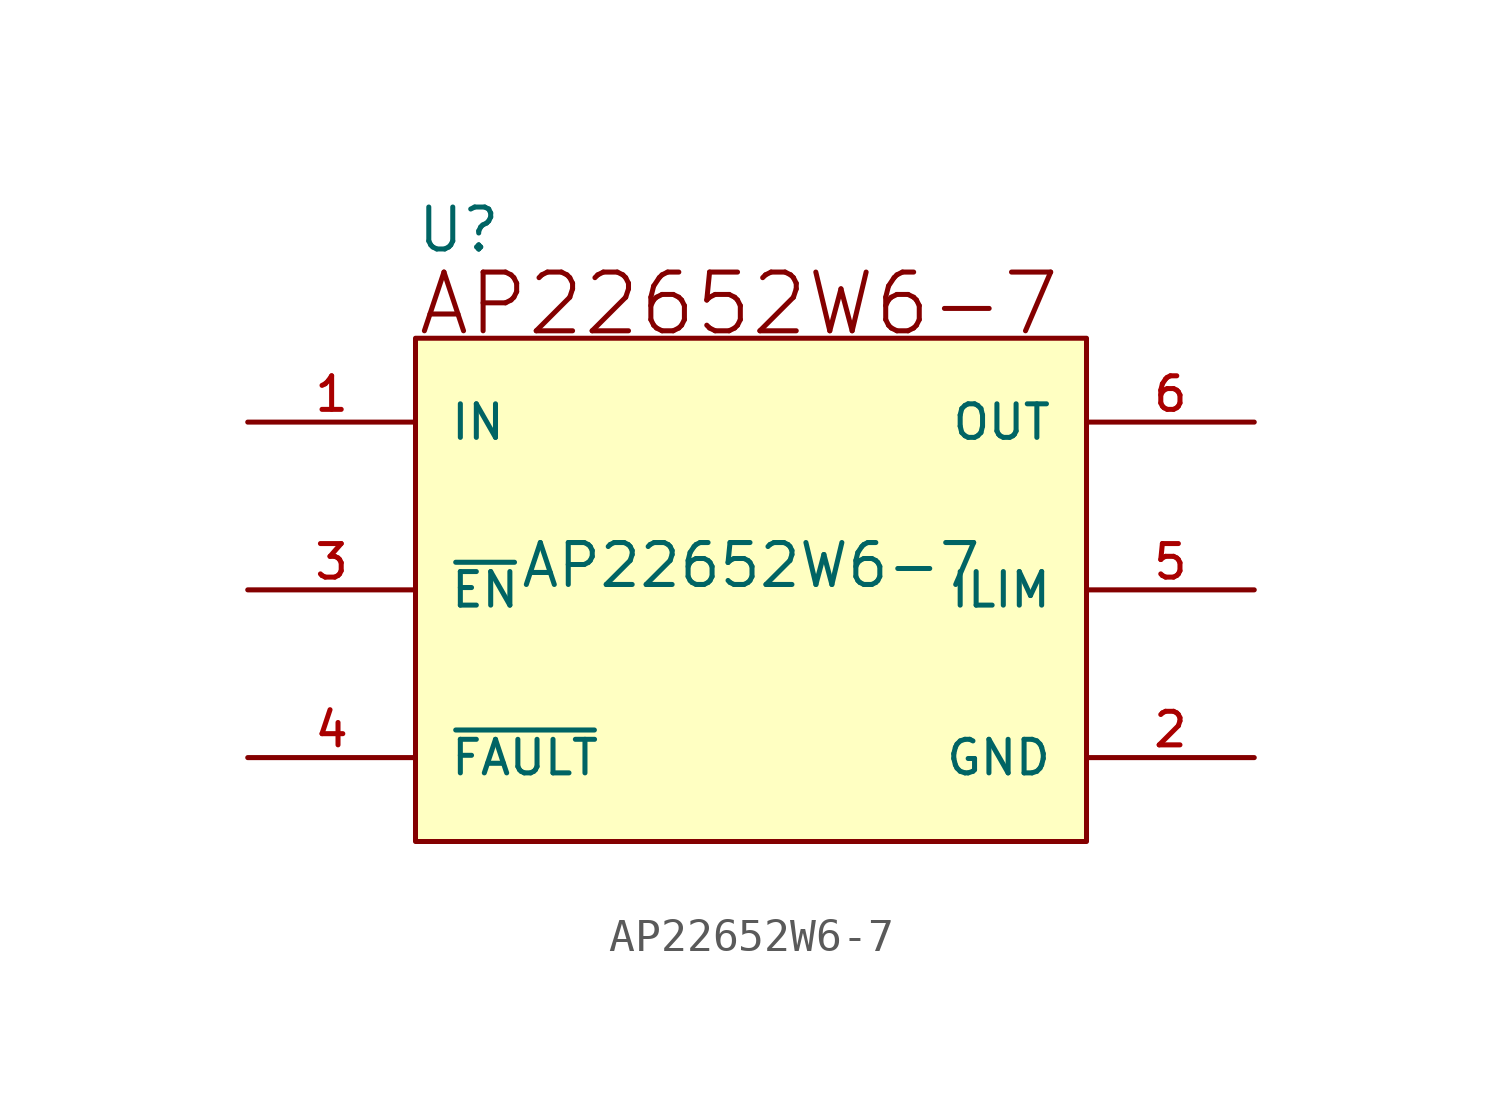
<source format=kicad_sym>
(kicad_symbol_lib
  (version 20241209)
  (generator "kicad_symbol_editor")
  (generator_version "9.0")
  (symbol "AP22652W6-7"
    (pin_names
      (offset 1.016))
    (property "Reference" "U"
      (at -10.16 10.16 0)
      (effects (font (size 1.27 1.27)) (justify left bottom)))
    (property "Value" "AP22652W6-7"
      (at 0 0 0)
      (effects (font (size 1.27 1.27)) (justify bottom)))
    (symbol "AP22652W6-7_0_0"
      (rectangle (start -10.16 -7.62) (end 10.16 7.62) (stroke (width 0.152) (type default)) (fill (type background)))
      (text "AP22652W6-7" (at -10.16 7.62 0) (effects (font (size 1.778 1.778)) (justify left bottom)))
      (pin bidirectional line (at -15.24 5.08 0) (length 5.08) (name "IN" (effects (font (size 1.016 1.016)))) (number "1" (effects (font (size 1.016 1.016)))))
      (pin bidirectional line (at -15.24 0 0) (length 5.08) (name "~{EN}" (effects (font (size 1.016 1.016)))) (number "3" (effects (font (size 1.016 1.016)))))
      (pin bidirectional line (at -15.24 -5.08 0) (length 5.08) (name "~{FAULT}" (effects (font (size 1.016 1.016)))) (number "4" (effects (font (size 1.016 1.016)))))
      (pin bidirectional line (at 15.24 5.08 180) (length 5.08) (name "OUT" (effects (font (size 1.016 1.016)))) (number "6" (effects (font (size 1.016 1.016)))))
      (pin bidirectional line (at 15.24 0 180) (length 5.08) (name "ILIM" (effects (font (size 1.016 1.016)))) (number "5" (effects (font (size 1.016 1.016)))))
      (pin bidirectional line (at 15.24 -5.08 180) (length 5.08) (name "GND" (effects (font (size 1.016 1.016)))) (number "2" (effects (font (size 1.016 1.016))))))))
</source>
